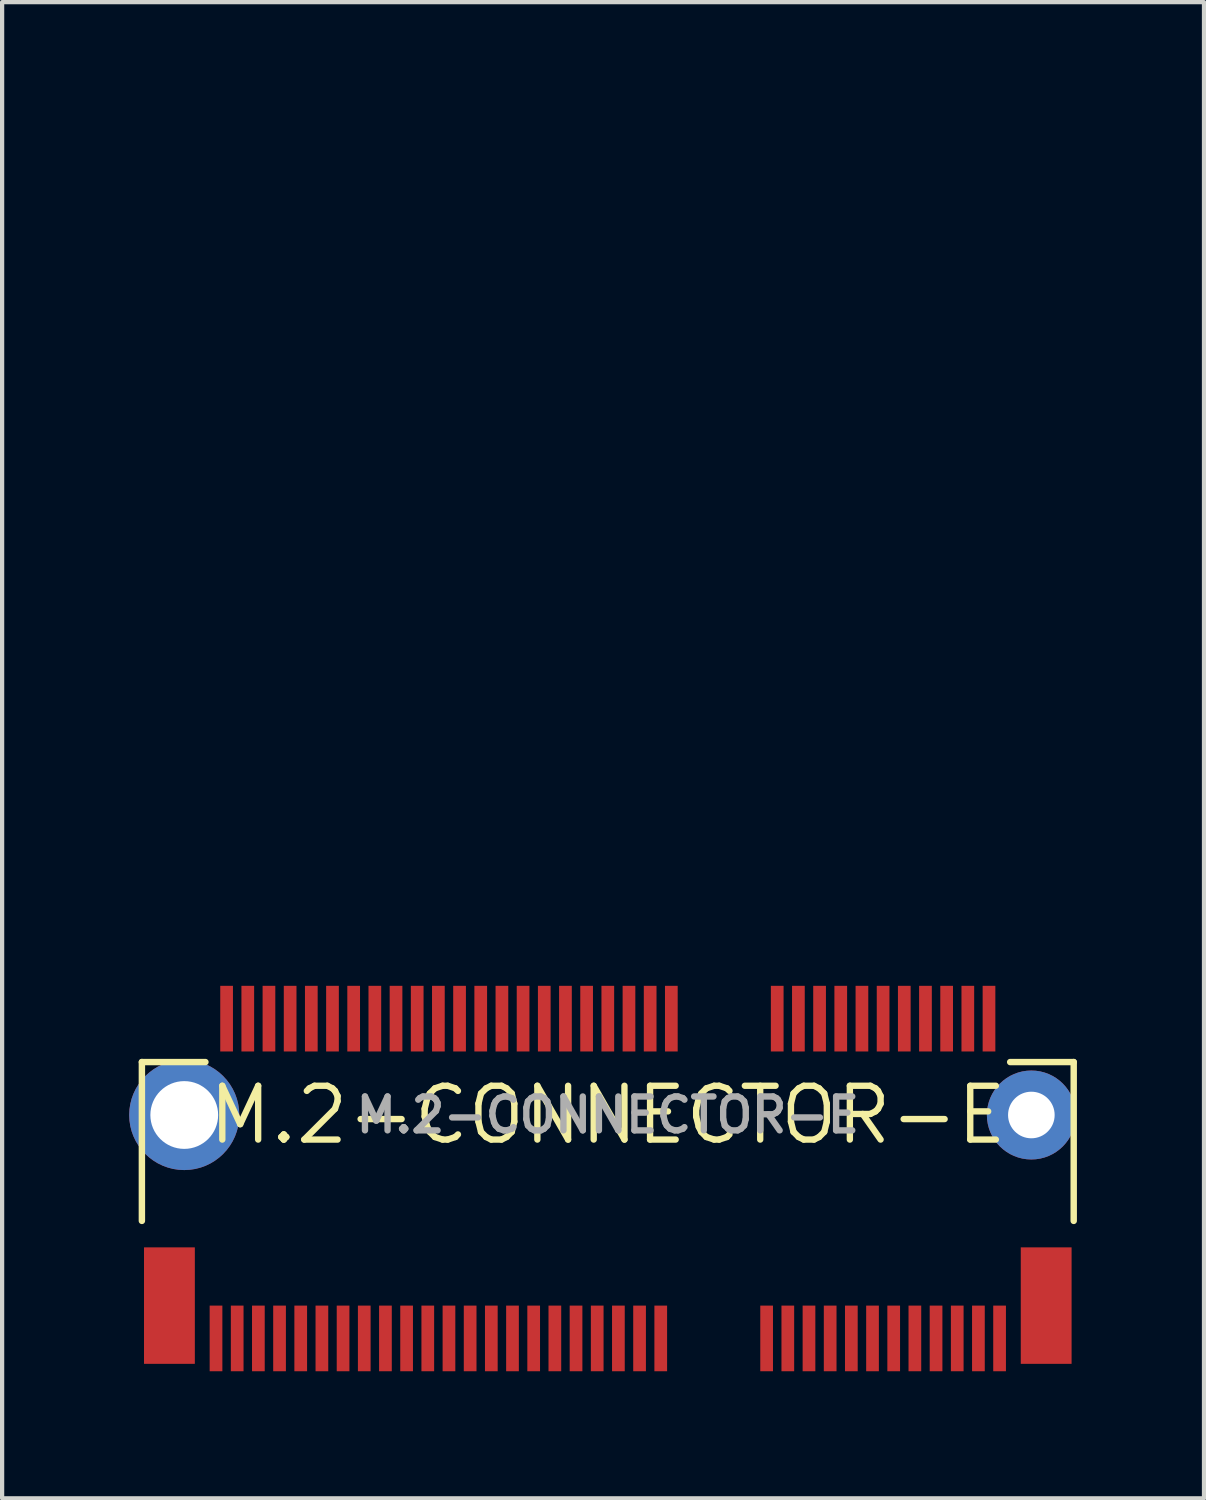
<source format=kicad_pcb>
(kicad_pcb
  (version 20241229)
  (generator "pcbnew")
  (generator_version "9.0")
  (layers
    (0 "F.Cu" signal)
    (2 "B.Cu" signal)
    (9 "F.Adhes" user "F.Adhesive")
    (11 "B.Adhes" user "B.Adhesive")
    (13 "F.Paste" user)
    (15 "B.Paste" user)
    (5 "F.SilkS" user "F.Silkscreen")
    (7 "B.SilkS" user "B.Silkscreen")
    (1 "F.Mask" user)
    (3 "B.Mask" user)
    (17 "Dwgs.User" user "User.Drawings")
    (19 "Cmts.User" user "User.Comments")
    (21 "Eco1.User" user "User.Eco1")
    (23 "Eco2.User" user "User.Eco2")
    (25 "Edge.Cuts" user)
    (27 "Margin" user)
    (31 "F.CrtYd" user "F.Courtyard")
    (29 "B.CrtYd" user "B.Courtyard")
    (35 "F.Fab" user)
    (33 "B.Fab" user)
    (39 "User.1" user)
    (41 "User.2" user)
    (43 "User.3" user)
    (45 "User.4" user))
  (footprint "M.2-CONNECTOR-E"
    (layer "F.Cu")
    (at 11.3 23.275)
    (property "Reference" "M.2-CONNECTOR-E" (at 0 0 0) (layer "F.SilkS") (effects (font (size 1.27 1.27) (thickness 0.15))))
    (attr through_hole)
    (fp_line (start -11 2.5) (end -11 -1.25) (stroke (width 0.152) (type solid)) (layer "F.SilkS"))
    (fp_line (start -9.5 -1.25) (end -11 -1.25) (stroke (width 0.152) (type solid)) (layer "F.SilkS"))
    (fp_line (start 11 -1.25) (end 9.5 -1.25) (stroke (width 0.152) (type solid)) (layer "F.SilkS"))
    (fp_line (start 11 2.5) (end 11 -1.25) (stroke (width 0.152) (type solid)) (layer "F.SilkS"))
    (fp_line (start -11 -19.25) (end -11 -2.85) (stroke (width 0.051) (type solid)) (layer "Eco2.User"))
    (fp_line (start -10.95 -1.25) (end -10.95 5.25) (stroke (width 0.152) (type solid)) (layer "Eco2.User"))
    (fp_line (start -10.95 5.25) (end 10.95 5.25) (stroke (width 0.152) (type solid)) (layer "Eco2.User"))
    (fp_line (start -9.925 1.75) (end -9.925 -1.75) (stroke (width 0.051) (type solid)) (layer "Eco2.User"))
    (fp_line (start -9.5 -2.5) (end -9.5 -1.25) (stroke (width 0.152) (type solid)) (layer "Eco2.User"))
    (fp_line (start -9.5 -1.25) (end -10.95 -1.25) (stroke (width 0.152) (type solid)) (layer "Eco2.User"))
    (fp_line (start 2.025 -1.15) (end 2.025 1.75) (stroke (width 0.051) (type solid)) (layer "Eco2.User"))
    (fp_line (start 2.025 1.75) (end -9.925 1.75) (stroke (width 0.051) (type solid)) (layer "Eco2.User"))
    (fp_line (start 3.225 -1.15) (end 3.225 1.75) (stroke (width 0.051) (type solid)) (layer "Eco2.User"))
    (fp_line (start 9.5 -2.5) (end -9.5 -2.5) (stroke (width 0.152) (type solid)) (layer "Eco2.User"))
    (fp_line (start 9.5 -2.5) (end 9.5 -1.25) (stroke (width 0.152) (type solid)) (layer "Eco2.User"))
    (fp_line (start 9.5 -1.25) (end -9.5 -1.25) (stroke (width 0.152) (type solid)) (layer "Eco2.User"))
    (fp_line (start 9.925 -1.75) (end 9.925 1.75) (stroke (width 0.051) (type solid)) (layer "Eco2.User"))
    (fp_line (start 9.925 1.75) (end 3.225 1.75) (stroke (width 0.051) (type solid)) (layer "Eco2.User"))
    (fp_line (start 10 -20.25) (end -10 -20.25) (stroke (width 0.051) (type solid)) (layer "Eco2.User"))
    (fp_line (start 10.95 -1.25) (end 9.5 -1.25) (stroke (width 0.152) (type solid)) (layer "Eco2.User"))
    (fp_line (start 10.95 5.25) (end 10.95 -1.25) (stroke (width 0.152) (type solid)) (layer "Eco2.User"))
    (fp_line (start 11 -19.25) (end 11 -2.85) (stroke (width 0.05) (type solid)) (layer "Eco2.User"))
    (fp_arc (start -11 -19.25) (mid -10.699998 -19.950002) (end -9.999994 -20.25) (stroke (width 0.05) (type solid)) (layer "Eco2.User"))
    (fp_arc (start -10.40063 -2.250018) (mid -10.819673 -2.430773) (end -11 -2.85) (stroke (width 0.05) (type solid)) (layer "Eco2.User"))
    (fp_arc (start -10.4 -2.25) (mid -10.066487 -2.090874) (end -9.924579 -1.749679) (stroke (width 0.051) (type solid)) (layer "Eco2.User"))
    (fp_arc (start 2.025 -1.15) (mid 2.625 -1.75) (end 3.225 -1.15) (stroke (width 0.051) (type solid)) (layer "Eco2.User"))
    (fp_arc (start 9.925807 -1.749953) (mid 10.065739 -2.092118) (end 10.4 -2.25) (stroke (width 0.051) (type solid)) (layer "Eco2.User"))
    (fp_arc (start 10 -20.25) (mid 10.700002 -19.949998) (end 11 -19.249994) (stroke (width 0.05) (type solid)) (layer "Eco2.User"))
    (fp_arc (start 10.999982 -2.84937) (mid 10.819227 -2.430327) (end 10.4 -2.25) (stroke (width 0.05) (type solid)) (layer "Eco2.User"))
    (fp_circle (center 4 -20.25) (end 7 -20.25) (stroke (width 0.05) (type solid)) (fill no) (layer "Eco2.User"))
    (fp_text user "${REFERENCE}" (at 0 0 0) (layer "F.Fab") (effects (font (size 0.8 0.8) (thickness 0.15))))
    (pad "" np_thru_hole circle (at -10 0) (size 2.6 2.6) (drill 1.6) (layers "*.Cu" "*.Mask"))
    (pad "" np_thru_hole circle (at 10 0) (size 2.1 2.1) (drill 1.1) (layers "*.Cu" "*.Mask"))
    (pad "1" smd rect (at 9.25 5.275 180) (size 0.3 1.55) (layers "F.Cu" "F.Mask" "F.Paste"))
    (pad "2" smd rect (at 9 -2.275 180) (size 0.3 1.55) (layers "F.Cu" "F.Mask" "F.Paste"))
    (pad "3" smd rect (at 8.75 5.275 180) (size 0.3 1.55) (layers "F.Cu" "F.Mask" "F.Paste"))
    (pad "4" smd rect (at 8.5 -2.275 180) (size 0.3 1.55) (layers "F.Cu" "F.Mask" "F.Paste"))
    (pad "5" smd rect (at 8.25 5.275 180) (size 0.3 1.55) (layers "F.Cu" "F.Mask" "F.Paste"))
    (pad "6" smd rect (at 8 -2.275 180) (size 0.3 1.55) (layers "F.Cu" "F.Mask" "F.Paste"))
    (pad "7" smd rect (at 7.75 5.275 180) (size 0.3 1.55) (layers "F.Cu" "F.Mask" "F.Paste"))
    (pad "8" smd rect (at 7.5 -2.275 180) (size 0.3 1.55) (layers "F.Cu" "F.Mask" "F.Paste"))
    (pad "9" smd rect (at 7.25 5.275 180) (size 0.3 1.55) (layers "F.Cu" "F.Mask" "F.Paste"))
    (pad "10" smd rect (at 7 -2.275 180) (size 0.3 1.55) (layers "F.Cu" "F.Mask" "F.Paste"))
    (pad "11" smd rect (at 6.75 5.275 180) (size 0.3 1.55) (layers "F.Cu" "F.Mask" "F.Paste"))
    (pad "12" smd rect (at 6.5 -2.275 180) (size 0.3 1.55) (layers "F.Cu" "F.Mask" "F.Paste"))
    (pad "13" smd rect (at 6.25 5.275 180) (size 0.3 1.55) (layers "F.Cu" "F.Mask" "F.Paste"))
    (pad "14" smd rect (at 6 -2.275 180) (size 0.3 1.55) (layers "F.Cu" "F.Mask" "F.Paste"))
    (pad "15" smd rect (at 5.75 5.275 180) (size 0.3 1.55) (layers "F.Cu" "F.Mask" "F.Paste"))
    (pad "16" smd rect (at 5.5 -2.275 180) (size 0.3 1.55) (layers "F.Cu" "F.Mask" "F.Paste"))
    (pad "17" smd rect (at 5.25 5.275 180) (size 0.3 1.55) (layers "F.Cu" "F.Mask" "F.Paste"))
    (pad "18" smd rect (at 5 -2.275 180) (size 0.3 1.55) (layers "F.Cu" "F.Mask" "F.Paste"))
    (pad "19" smd rect (at 4.75 5.275 180) (size 0.3 1.55) (layers "F.Cu" "F.Mask" "F.Paste"))
    (pad "20" smd rect (at 4.5 -2.275 180) (size 0.3 1.55) (layers "F.Cu" "F.Mask" "F.Paste"))
    (pad "21" smd rect (at 4.25 5.275 180) (size 0.3 1.55) (layers "F.Cu" "F.Mask" "F.Paste"))
    (pad "22" smd rect (at 4 -2.275 180) (size 0.3 1.55) (layers "F.Cu" "F.Mask" "F.Paste"))
    (pad "23" smd rect (at 3.75 5.275 180) (size 0.3 1.55) (layers "F.Cu" "F.Mask" "F.Paste"))
    (pad "32" smd rect (at 1.5 -2.275 180) (size 0.3 1.55) (layers "F.Cu" "F.Mask" "F.Paste"))
    (pad "33" smd rect (at 1.25 5.275 180) (size 0.3 1.55) (layers "F.Cu" "F.Mask" "F.Paste"))
    (pad "34" smd rect (at 1 -2.275 180) (size 0.3 1.55) (layers "F.Cu" "F.Mask" "F.Paste"))
    (pad "35" smd rect (at 0.75 5.275 180) (size 0.3 1.55) (layers "F.Cu" "F.Mask" "F.Paste"))
    (pad "36" smd rect (at 0.5 -2.275 180) (size 0.3 1.55) (layers "F.Cu" "F.Mask" "F.Paste"))
    (pad "37" smd rect (at 0.25 5.275 180) (size 0.3 1.55) (layers "F.Cu" "F.Mask" "F.Paste"))
    (pad "38" smd rect (at 0 -2.275 180) (size 0.3 1.55) (layers "F.Cu" "F.Mask" "F.Paste"))
    (pad "39" smd rect (at -0.25 5.275 180) (size 0.3 1.55) (layers "F.Cu" "F.Mask" "F.Paste"))
    (pad "40" smd rect (at -0.5 -2.275 180) (size 0.3 1.55) (layers "F.Cu" "F.Mask" "F.Paste"))
    (pad "41" smd rect (at -0.75 5.275 180) (size 0.3 1.55) (layers "F.Cu" "F.Mask" "F.Paste"))
    (pad "42" smd rect (at -1 -2.275 180) (size 0.3 1.55) (layers "F.Cu" "F.Mask" "F.Paste"))
    (pad "43" smd rect (at -1.25 5.275 180) (size 0.3 1.55) (layers "F.Cu" "F.Mask" "F.Paste"))
    (pad "44" smd rect (at -1.5 -2.275 180) (size 0.3 1.55) (layers "F.Cu" "F.Mask" "F.Paste"))
    (pad "45" smd rect (at -1.75 5.275 180) (size 0.3 1.55) (layers "F.Cu" "F.Mask" "F.Paste"))
    (pad "46" smd rect (at -2 -2.275 180) (size 0.3 1.55) (layers "F.Cu" "F.Mask" "F.Paste"))
    (pad "47" smd rect (at -2.25 5.275 180) (size 0.3 1.55) (layers "F.Cu" "F.Mask" "F.Paste"))
    (pad "48" smd rect (at -2.5 -2.275 180) (size 0.3 1.55) (layers "F.Cu" "F.Mask" "F.Paste"))
    (pad "49" smd rect (at -2.75 5.275 180) (size 0.3 1.55) (layers "F.Cu" "F.Mask" "F.Paste"))
    (pad "50" smd rect (at -3 -2.275 180) (size 0.3 1.55) (layers "F.Cu" "F.Mask" "F.Paste"))
    (pad "51" smd rect (at -3.25 5.275 180) (size 0.3 1.55) (layers "F.Cu" "F.Mask" "F.Paste"))
    (pad "52" smd rect (at -3.5 -2.275 180) (size 0.3 1.55) (layers "F.Cu" "F.Mask" "F.Paste"))
    (pad "53" smd rect (at -3.75 5.275 180) (size 0.3 1.55) (layers "F.Cu" "F.Mask" "F.Paste"))
    (pad "54" smd rect (at -4 -2.275 180) (size 0.3 1.55) (layers "F.Cu" "F.Mask" "F.Paste"))
    (pad "55" smd rect (at -4.25 5.275 180) (size 0.3 1.55) (layers "F.Cu" "F.Mask" "F.Paste"))
    (pad "56" smd rect (at -4.5 -2.275 180) (size 0.3 1.55) (layers "F.Cu" "F.Mask" "F.Paste"))
    (pad "57" smd rect (at -4.75 5.275 180) (size 0.3 1.55) (layers "F.Cu" "F.Mask" "F.Paste"))
    (pad "58" smd rect (at -5 -2.275 180) (size 0.3 1.55) (layers "F.Cu" "F.Mask" "F.Paste"))
    (pad "59" smd rect (at -5.25 5.275 180) (size 0.3 1.55) (layers "F.Cu" "F.Mask" "F.Paste"))
    (pad "60" smd rect (at -5.5 -2.275 180) (size 0.3 1.55) (layers "F.Cu" "F.Mask" "F.Paste"))
    (pad "61" smd rect (at -5.75 5.275 180) (size 0.3 1.55) (layers "F.Cu" "F.Mask" "F.Paste"))
    (pad "62" smd rect (at -6 -2.275 180) (size 0.3 1.55) (layers "F.Cu" "F.Mask" "F.Paste"))
    (pad "63" smd rect (at -6.25 5.275 180) (size 0.3 1.55) (layers "F.Cu" "F.Mask" "F.Paste"))
    (pad "64" smd rect (at -6.5 -2.275 180) (size 0.3 1.55) (layers "F.Cu" "F.Mask" "F.Paste"))
    (pad "65" smd rect (at -6.75 5.275 180) (size 0.3 1.55) (layers "F.Cu" "F.Mask" "F.Paste"))
    (pad "66" smd rect (at -7 -2.275 180) (size 0.3 1.55) (layers "F.Cu" "F.Mask" "F.Paste"))
    (pad "67" smd rect (at -7.25 5.275 180) (size 0.3 1.55) (layers "F.Cu" "F.Mask" "F.Paste"))
    (pad "68" smd rect (at -7.5 -2.275 180) (size 0.3 1.55) (layers "F.Cu" "F.Mask" "F.Paste"))
    (pad "69" smd rect (at -7.75 5.275 180) (size 0.3 1.55) (layers "F.Cu" "F.Mask" "F.Paste"))
    (pad "70" smd rect (at -8 -2.275 180) (size 0.3 1.55) (layers "F.Cu" "F.Mask" "F.Paste"))
    (pad "71" smd rect (at -8.25 5.275 180) (size 0.3 1.55) (layers "F.Cu" "F.Mask" "F.Paste"))
    (pad "72" smd rect (at -8.5 -2.275 180) (size 0.3 1.55) (layers "F.Cu" "F.Mask" "F.Paste"))
    (pad "73" smd rect (at -8.75 5.275 180) (size 0.3 1.55) (layers "F.Cu" "F.Mask" "F.Paste"))
    (pad "74" smd rect (at -9 -2.275 180) (size 0.3 1.55) (layers "F.Cu" "F.Mask" "F.Paste"))
    (pad "75" smd rect (at -9.25 5.275 180) (size 0.3 1.55) (layers "F.Cu" "F.Mask" "F.Paste"))
    (pad "A1" smd rect (at 10.35 4.5 180) (size 1.2 2.75) (layers "F.Cu" "F.Mask" "F.Paste"))
    (pad "A2" smd rect (at -10.35 4.5 180) (size 1.2 2.75) (layers "F.Cu" "F.Mask" "F.Paste")))
  (gr_rect
    (start -3 -3)
    (end 25.376 32.325)
    (stroke (width 0.1) (type default))
    (fill no)
    (layer "Edge.Cuts")))
</source>
